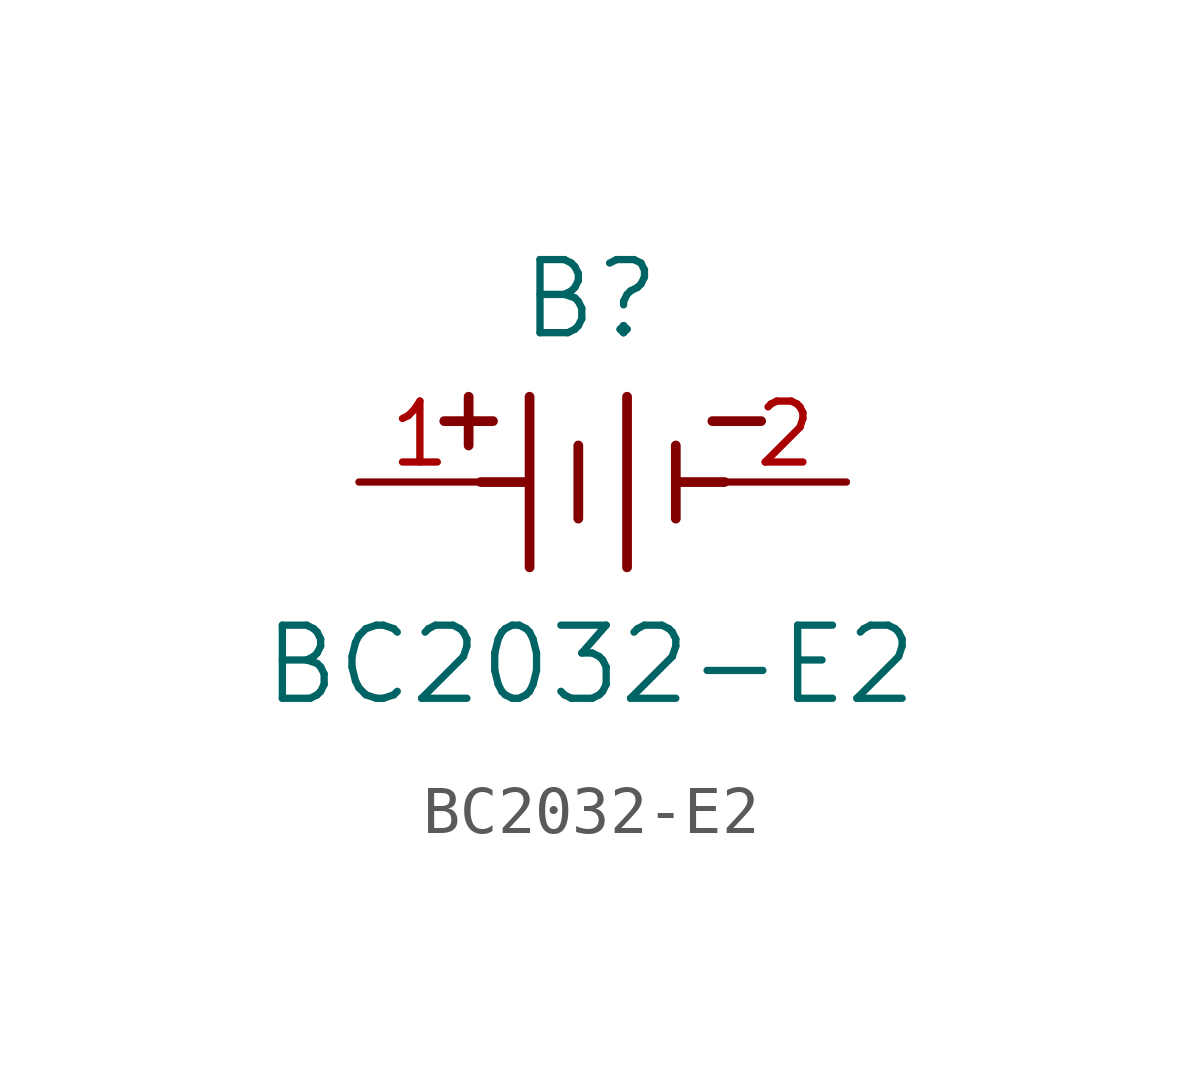
<source format=kicad_sym>
(kicad_symbol_lib
  (version 20211014)
  (generator kicad_symbol_editor)
  (symbol "BC2032-E2"
    (pin_names
      (offset 0.254))
    (property "Reference" "B"
      (at 4.826 3.81 0)
      (effects (font (size 1.524 1.524))))
    (property "Value" "BC2032-E2"
      (at 4.826 -3.81 0)
      (effects (font (size 1.524 1.524))))
    (symbol "BC2032-E2_0_1"
      (polyline (pts (xy 2.286 0.762) (xy 2.286 1.778)) (stroke (width 0.203) (type default) (color 0 0 0 0)) (fill (type none)))
      (polyline (pts (xy 6.604 0) (xy 7.62 0)) (stroke (width 0.203) (type default) (color 0 0 0 0)) (fill (type none)))
      (polyline (pts (xy 3.556 -1.778) (xy 3.556 1.778)) (stroke (width 0.203) (type default) (color 0 0 0 0)) (fill (type none)))
      (polyline (pts (xy 1.778 1.27) (xy 2.794 1.27)) (stroke (width 0.203) (type default) (color 0 0 0 0)) (fill (type none)))
      (polyline (pts (xy 2.54 0) (xy 3.48 0)) (stroke (width 0.203) (type default) (color 0 0 0 0)) (fill (type none)))
      (polyline (pts (xy 5.588 -1.778) (xy 5.588 1.778)) (stroke (width 0.203) (type default) (color 0 0 0 0)) (fill (type none)))
      (polyline (pts (xy 6.604 0.762) (xy 6.604 -0.762)) (stroke (width 0.203) (type default) (color 0 0 0 0)) (fill (type none)))
      (polyline (pts (xy 4.572 0.762) (xy 4.572 -0.762)) (stroke (width 0.203) (type default) (color 0 0 0 0)) (fill (type none)))
      (polyline (pts (xy 7.366 1.27) (xy 8.382 1.27)) (stroke (width 0.203) (type default) (color 0 0 0 0)) (fill (type none)))
      (pin unspecified line (at 0 0 0) (length 2.54) (name "" (effects (font (size 1.27 1.27)))) (number "1" (effects (font (size 1.27 1.27)))))
      (pin unspecified line (at 10.16 0 180) (length 2.54) (name "" (effects (font (size 1.27 1.27)))) (number "2" (effects (font (size 1.27 1.27))))))))
</source>
